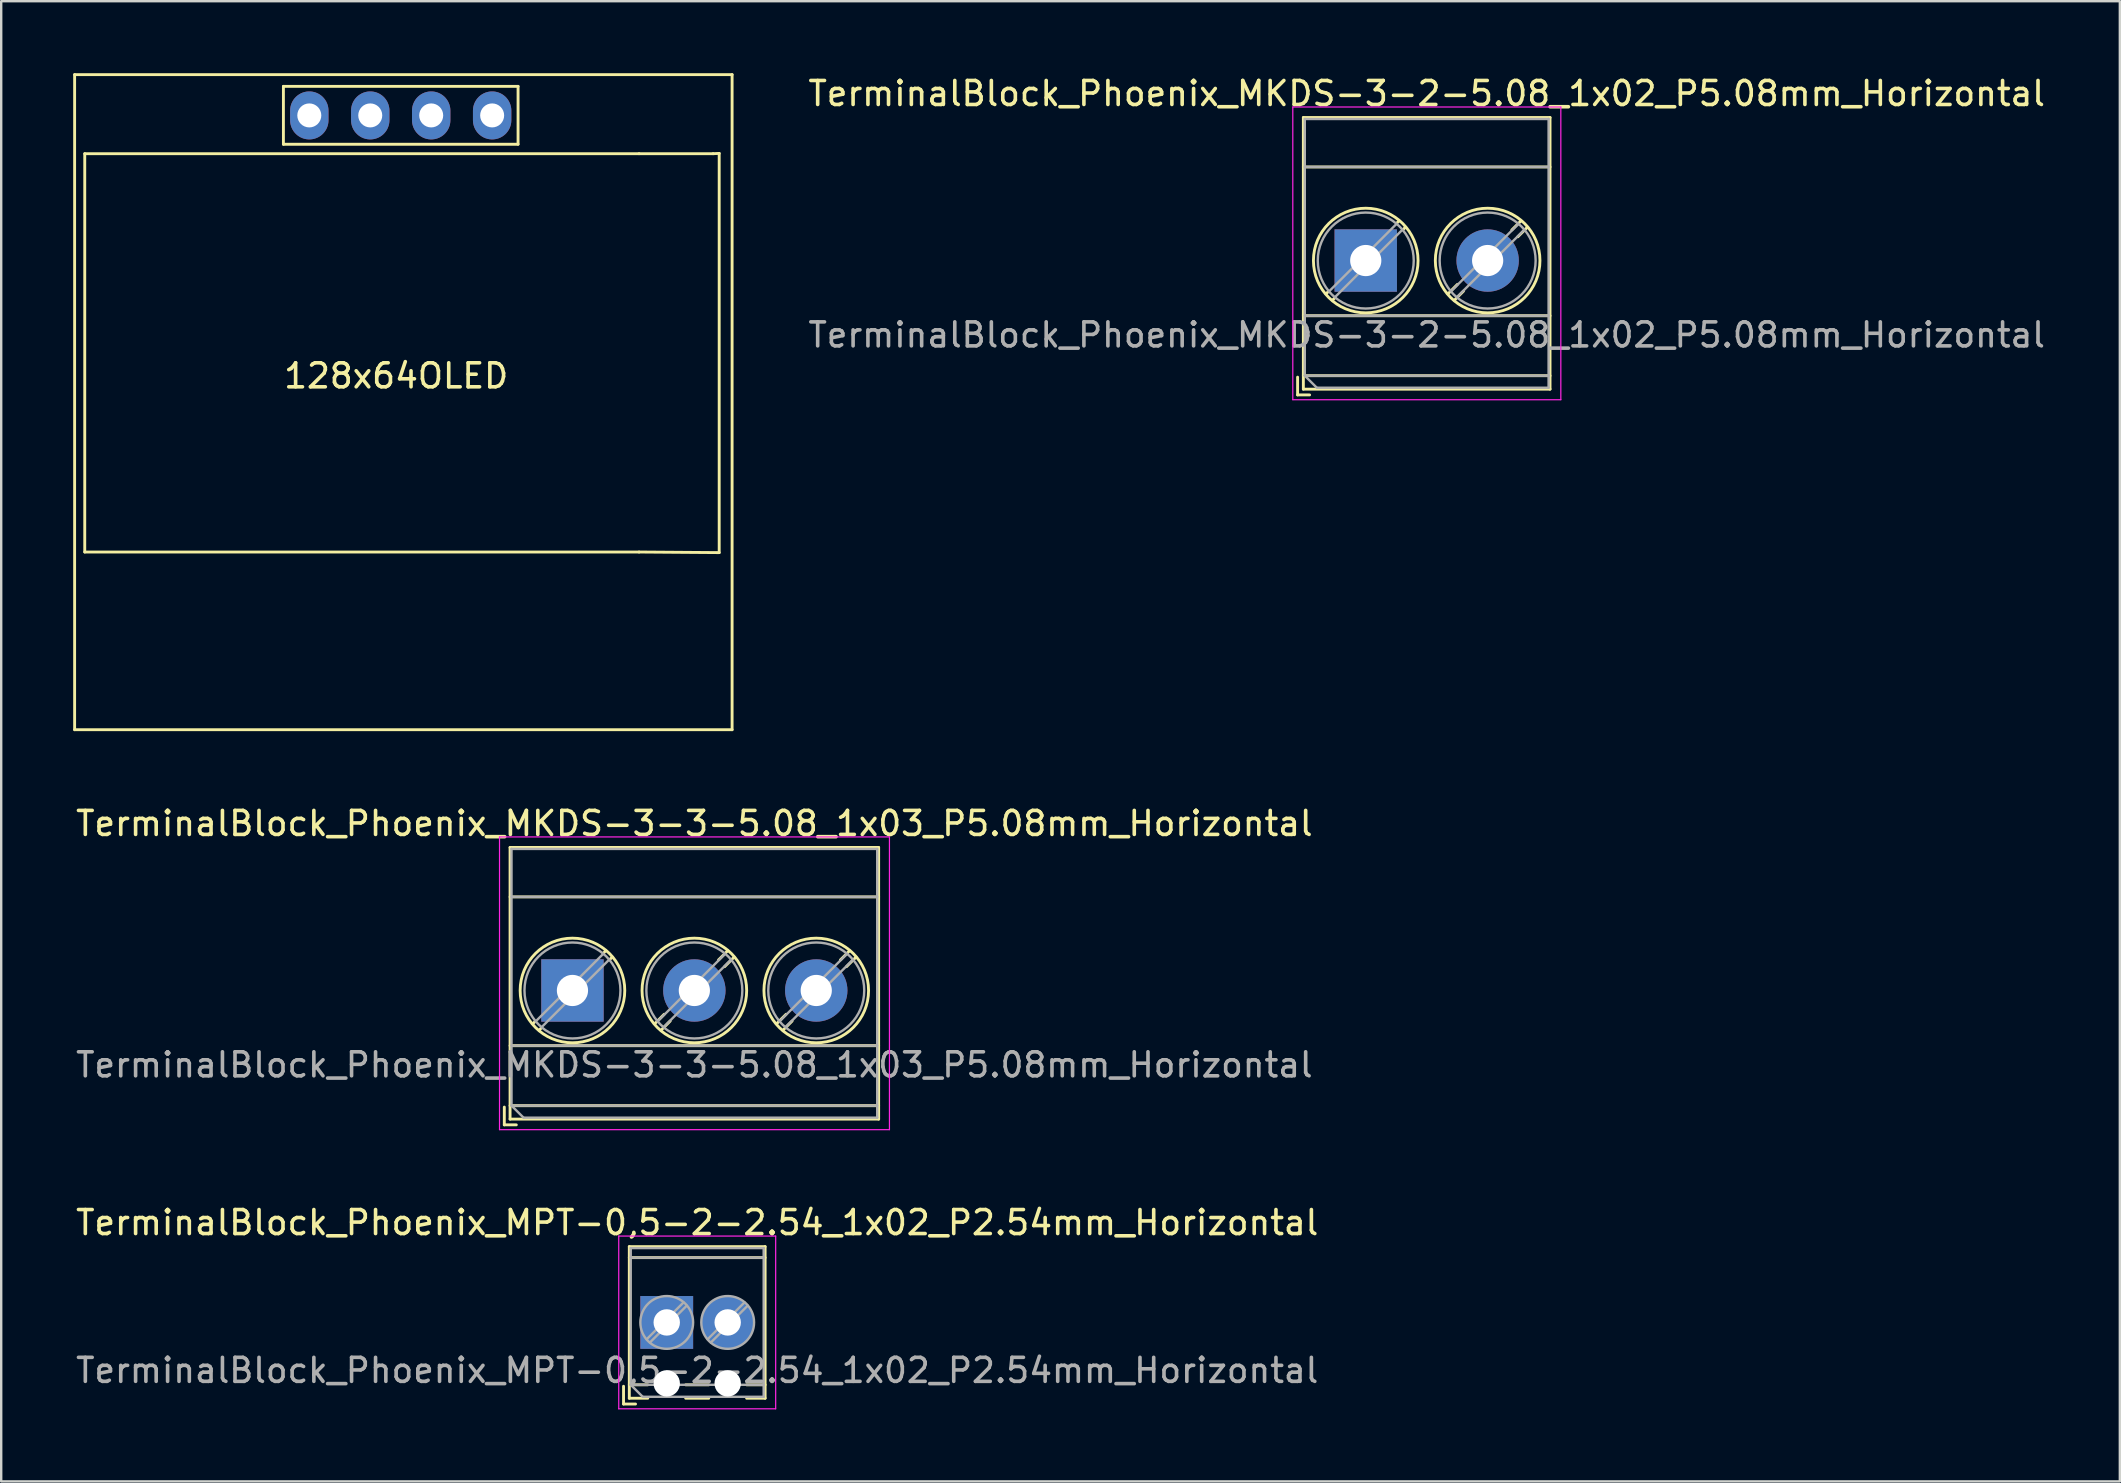
<source format=kicad_pcb>
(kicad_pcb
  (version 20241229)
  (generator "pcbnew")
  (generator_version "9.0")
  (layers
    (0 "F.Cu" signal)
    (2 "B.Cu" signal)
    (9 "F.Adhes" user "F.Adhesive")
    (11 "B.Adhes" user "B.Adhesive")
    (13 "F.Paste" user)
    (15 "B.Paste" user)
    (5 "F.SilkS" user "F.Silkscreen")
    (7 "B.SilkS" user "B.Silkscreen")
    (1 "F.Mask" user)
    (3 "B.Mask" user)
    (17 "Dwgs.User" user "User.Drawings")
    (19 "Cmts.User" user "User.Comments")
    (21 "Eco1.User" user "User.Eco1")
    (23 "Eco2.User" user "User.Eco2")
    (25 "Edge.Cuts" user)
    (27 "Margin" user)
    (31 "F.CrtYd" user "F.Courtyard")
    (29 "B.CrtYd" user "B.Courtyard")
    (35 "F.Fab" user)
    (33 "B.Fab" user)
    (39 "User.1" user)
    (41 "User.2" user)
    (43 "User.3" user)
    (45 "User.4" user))
  (footprint "TerminalBlock_Phoenix_MKDS-3-2-5.08_1x02_P5.08mm_Horizontal"
    (layer "F.Cu")
    (at 53.867 7.808)
    (property "Reference" "TerminalBlock_Phoenix_MKDS-3-2-5.08_1x02_P5.08mm_Horizontal" (at 2.54 -6.96 0) (layer "F.SilkS") (effects (font (size 1 1) (thickness 0.15))))
    (attr through_hole)
    (fp_line (start -2.84 4.86) (end -2.84 5.6) (stroke (width 0.12) (type solid)) (layer "F.SilkS"))
    (fp_line (start -2.84 5.6) (end -2.34 5.6) (stroke (width 0.12) (type solid)) (layer "F.SilkS"))
    (fp_line (start -2.6 -5.96) (end -2.6 5.36) (stroke (width 0.12) (type solid)) (layer "F.SilkS"))
    (fp_line (start -2.6 -5.96) (end 7.68 -5.96) (stroke (width 0.12) (type solid)) (layer "F.SilkS"))
    (fp_line (start -2.6 -3.9) (end 7.68 -3.9) (stroke (width 0.12) (type solid)) (layer "F.SilkS"))
    (fp_line (start -2.6 2.3) (end 7.68 2.3) (stroke (width 0.12) (type solid)) (layer "F.SilkS"))
    (fp_line (start -2.6 4.8) (end 7.68 4.8) (stroke (width 0.12) (type solid)) (layer "F.SilkS"))
    (fp_line (start -2.6 5.36) (end 7.68 5.36) (stroke (width 0.12) (type solid)) (layer "F.SilkS"))
    (fp_line (start -1.548 1.281) (end -1.654 1.388) (stroke (width 0.12) (type solid)) (layer "F.SilkS"))
    (fp_line (start -1.282 1.547) (end -1.388 1.654) (stroke (width 0.12) (type solid)) (layer "F.SilkS"))
    (fp_line (start 1.388 -1.654) (end 1.281 -1.547) (stroke (width 0.12) (type solid)) (layer "F.SilkS"))
    (fp_line (start 1.654 -1.388) (end 1.547 -1.281) (stroke (width 0.12) (type solid)) (layer "F.SilkS"))
    (fp_line (start 3.822 0.992) (end 3.427 1.388) (stroke (width 0.12) (type solid)) (layer "F.SilkS"))
    (fp_line (start 4.073 1.274) (end 3.693 1.654) (stroke (width 0.12) (type solid)) (layer "F.SilkS"))
    (fp_line (start 6.468 -1.654) (end 6.088 -1.274) (stroke (width 0.12) (type solid)) (layer "F.SilkS"))
    (fp_line (start 6.734 -1.388) (end 6.339 -0.992) (stroke (width 0.12) (type solid)) (layer "F.SilkS"))
    (fp_line (start 7.68 -5.96) (end 7.68 5.36) (stroke (width 0.12) (type solid)) (layer "F.SilkS"))
    (fp_circle (center 0 0) (end 2.18 0) (stroke (width 0.12) (type solid)) (fill no) (layer "F.SilkS"))
    (fp_circle (center 5.08 0) (end 7.26 0) (stroke (width 0.12) (type solid)) (fill no) (layer "F.SilkS"))
    (fp_line (start -3.04 -6.4) (end -3.04 5.8) (stroke (width 0.05) (type solid)) (layer "F.CrtYd"))
    (fp_line (start -3.04 5.8) (end 8.13 5.8) (stroke (width 0.05) (type solid)) (layer "F.CrtYd"))
    (fp_line (start 8.13 -6.4) (end -3.04 -6.4) (stroke (width 0.05) (type solid)) (layer "F.CrtYd"))
    (fp_line (start 8.13 5.8) (end 8.13 -6.4) (stroke (width 0.05) (type solid)) (layer "F.CrtYd"))
    (fp_line (start -2.54 -5.9) (end 7.62 -5.9) (stroke (width 0.1) (type solid)) (layer "F.Fab"))
    (fp_line (start -2.54 -3.9) (end 7.62 -3.9) (stroke (width 0.1) (type solid)) (layer "F.Fab"))
    (fp_line (start -2.54 2.3) (end 7.62 2.3) (stroke (width 0.1) (type solid)) (layer "F.Fab"))
    (fp_line (start -2.54 4.8) (end -2.54 -5.9) (stroke (width 0.1) (type solid)) (layer "F.Fab"))
    (fp_line (start -2.54 4.8) (end 7.62 4.8) (stroke (width 0.1) (type solid)) (layer "F.Fab"))
    (fp_line (start -2.04 5.3) (end -2.54 4.8) (stroke (width 0.1) (type solid)) (layer "F.Fab"))
    (fp_line (start 1.273 -1.517) (end -1.517 1.273) (stroke (width 0.1) (type solid)) (layer "F.Fab"))
    (fp_line (start 1.517 -1.273) (end -1.273 1.517) (stroke (width 0.1) (type solid)) (layer "F.Fab"))
    (fp_line (start 6.353 -1.517) (end 3.564 1.273) (stroke (width 0.1) (type solid)) (layer "F.Fab"))
    (fp_line (start 6.597 -1.273) (end 3.808 1.517) (stroke (width 0.1) (type solid)) (layer "F.Fab"))
    (fp_line (start 7.62 -5.9) (end 7.62 5.3) (stroke (width 0.1) (type solid)) (layer "F.Fab"))
    (fp_line (start 7.62 5.3) (end -2.04 5.3) (stroke (width 0.1) (type solid)) (layer "F.Fab"))
    (fp_circle (center 0 0) (end 2 0) (stroke (width 0.1) (type solid)) (fill no) (layer "F.Fab"))
    (fp_circle (center 5.08 0) (end 7.08 0) (stroke (width 0.1) (type solid)) (fill no) (layer "F.Fab"))
    (fp_text user "${REFERENCE}" (at 2.54 3.1 0) (layer "F.Fab") (effects (font (size 1 1) (thickness 0.15))))
    (pad "1" thru_hole rect (at 0 0) (size 2.6 2.6) (drill 1.3) (layers "*.Cu" "*.Mask"))
    (pad "2" thru_hole circle (at 5.08 0) (size 2.6 2.6) (drill 1.3) (layers "*.Cu" "*.Mask")))
  (footprint "TerminalBlock_Phoenix_MKDS-3-3-5.08_1x03_P5.08mm_Horizontal"
    (layer "F.Cu")
    (at 20.807 38.228)
    (property "Reference" "TerminalBlock_Phoenix_MKDS-3-3-5.08_1x03_P5.08mm_Horizontal" (at 5.08 -6.96 0) (layer "F.SilkS") (effects (font (size 1 1) (thickness 0.15))))
    (attr through_hole)
    (fp_line (start -2.84 4.86) (end -2.84 5.6) (stroke (width 0.12) (type solid)) (layer "F.SilkS"))
    (fp_line (start -2.84 5.6) (end -2.34 5.6) (stroke (width 0.12) (type solid)) (layer "F.SilkS"))
    (fp_line (start -2.6 -5.96) (end -2.6 5.36) (stroke (width 0.12) (type solid)) (layer "F.SilkS"))
    (fp_line (start -2.6 -5.96) (end 12.76 -5.96) (stroke (width 0.12) (type solid)) (layer "F.SilkS"))
    (fp_line (start -2.6 -3.9) (end 12.76 -3.9) (stroke (width 0.12) (type solid)) (layer "F.SilkS"))
    (fp_line (start -2.6 2.3) (end 12.76 2.3) (stroke (width 0.12) (type solid)) (layer "F.SilkS"))
    (fp_line (start -2.6 4.8) (end 12.76 4.8) (stroke (width 0.12) (type solid)) (layer "F.SilkS"))
    (fp_line (start -2.6 5.36) (end 12.76 5.36) (stroke (width 0.12) (type solid)) (layer "F.SilkS"))
    (fp_line (start -1.548 1.281) (end -1.654 1.388) (stroke (width 0.12) (type solid)) (layer "F.SilkS"))
    (fp_line (start -1.282 1.547) (end -1.388 1.654) (stroke (width 0.12) (type solid)) (layer "F.SilkS"))
    (fp_line (start 1.388 -1.654) (end 1.281 -1.547) (stroke (width 0.12) (type solid)) (layer "F.SilkS"))
    (fp_line (start 1.654 -1.388) (end 1.547 -1.281) (stroke (width 0.12) (type solid)) (layer "F.SilkS"))
    (fp_line (start 3.822 0.992) (end 3.427 1.388) (stroke (width 0.12) (type solid)) (layer "F.SilkS"))
    (fp_line (start 4.073 1.274) (end 3.693 1.654) (stroke (width 0.12) (type solid)) (layer "F.SilkS"))
    (fp_line (start 6.468 -1.654) (end 6.088 -1.274) (stroke (width 0.12) (type solid)) (layer "F.SilkS"))
    (fp_line (start 6.734 -1.388) (end 6.339 -0.992) (stroke (width 0.12) (type solid)) (layer "F.SilkS"))
    (fp_line (start 8.902 0.992) (end 8.507 1.388) (stroke (width 0.12) (type solid)) (layer "F.SilkS"))
    (fp_line (start 9.153 1.274) (end 8.773 1.654) (stroke (width 0.12) (type solid)) (layer "F.SilkS"))
    (fp_line (start 11.548 -1.654) (end 11.168 -1.274) (stroke (width 0.12) (type solid)) (layer "F.SilkS"))
    (fp_line (start 11.814 -1.388) (end 11.419 -0.992) (stroke (width 0.12) (type solid)) (layer "F.SilkS"))
    (fp_line (start 12.76 -5.96) (end 12.76 5.36) (stroke (width 0.12) (type solid)) (layer "F.SilkS"))
    (fp_circle (center 0 0) (end 2.18 0) (stroke (width 0.12) (type solid)) (fill no) (layer "F.SilkS"))
    (fp_circle (center 5.08 0) (end 7.26 0) (stroke (width 0.12) (type solid)) (fill no) (layer "F.SilkS"))
    (fp_circle (center 10.16 0) (end 12.34 0) (stroke (width 0.12) (type solid)) (fill no) (layer "F.SilkS"))
    (fp_line (start -3.04 -6.4) (end -3.04 5.8) (stroke (width 0.05) (type solid)) (layer "F.CrtYd"))
    (fp_line (start -3.04 5.8) (end 13.21 5.8) (stroke (width 0.05) (type solid)) (layer "F.CrtYd"))
    (fp_line (start 13.21 -6.4) (end -3.04 -6.4) (stroke (width 0.05) (type solid)) (layer "F.CrtYd"))
    (fp_line (start 13.21 5.8) (end 13.21 -6.4) (stroke (width 0.05) (type solid)) (layer "F.CrtYd"))
    (fp_line (start -2.54 -5.9) (end 12.7 -5.9) (stroke (width 0.1) (type solid)) (layer "F.Fab"))
    (fp_line (start -2.54 -3.9) (end 12.7 -3.9) (stroke (width 0.1) (type solid)) (layer "F.Fab"))
    (fp_line (start -2.54 2.3) (end 12.7 2.3) (stroke (width 0.1) (type solid)) (layer "F.Fab"))
    (fp_line (start -2.54 4.8) (end -2.54 -5.9) (stroke (width 0.1) (type solid)) (layer "F.Fab"))
    (fp_line (start -2.54 4.8) (end 12.7 4.8) (stroke (width 0.1) (type solid)) (layer "F.Fab"))
    (fp_line (start -2.04 5.3) (end -2.54 4.8) (stroke (width 0.1) (type solid)) (layer "F.Fab"))
    (fp_line (start 1.273 -1.517) (end -1.517 1.273) (stroke (width 0.1) (type solid)) (layer "F.Fab"))
    (fp_line (start 1.517 -1.273) (end -1.273 1.517) (stroke (width 0.1) (type solid)) (layer "F.Fab"))
    (fp_line (start 6.353 -1.517) (end 3.564 1.273) (stroke (width 0.1) (type solid)) (layer "F.Fab"))
    (fp_line (start 6.597 -1.273) (end 3.808 1.517) (stroke (width 0.1) (type solid)) (layer "F.Fab"))
    (fp_line (start 11.433 -1.517) (end 8.644 1.273) (stroke (width 0.1) (type solid)) (layer "F.Fab"))
    (fp_line (start 11.677 -1.273) (end 8.888 1.517) (stroke (width 0.1) (type solid)) (layer "F.Fab"))
    (fp_line (start 12.7 -5.9) (end 12.7 5.3) (stroke (width 0.1) (type solid)) (layer "F.Fab"))
    (fp_line (start 12.7 5.3) (end -2.04 5.3) (stroke (width 0.1) (type solid)) (layer "F.Fab"))
    (fp_circle (center 0 0) (end 2 0) (stroke (width 0.1) (type solid)) (fill no) (layer "F.Fab"))
    (fp_circle (center 5.08 0) (end 7.08 0) (stroke (width 0.1) (type solid)) (fill no) (layer "F.Fab"))
    (fp_circle (center 10.16 0) (end 12.16 0) (stroke (width 0.1) (type solid)) (fill no) (layer "F.Fab"))
    (fp_text user "${REFERENCE}" (at 5.08 3.1 0) (layer "F.Fab") (effects (font (size 1 1) (thickness 0.15))))
    (pad "1" thru_hole rect (at 0 0) (size 2.6 2.6) (drill 1.3) (layers "*.Cu" "*.Mask"))
    (pad "2" thru_hole circle (at 5.08 0) (size 2.6 2.6) (drill 1.3) (layers "*.Cu" "*.Mask"))
    (pad "3" thru_hole circle (at 10.16 0) (size 2.6 2.6) (drill 1.3) (layers "*.Cu" "*.Mask")))
  (footprint "128x64OLED"
    (layer "F.Cu")
    (at 13.46 12.36)
    (property "Reference" "128x64OLED" (at 0 0.254 0) (layer "F.SilkS") (effects (font (size 1 1) (thickness 0.15))))
    (attr through_hole)
    (fp_line (start -13.4 -12.3) (end 14 -12.3) (stroke (width 0.12) (type solid)) (layer "F.SilkS"))
    (fp_line (start -13.4 15) (end -13.4 -12.3) (stroke (width 0.12) (type solid)) (layer "F.SilkS"))
    (fp_line (start -12.978 -9.005) (end 10.122 -9.005) (stroke (width 0.12) (type solid)) (layer "F.SilkS"))
    (fp_line (start -12.978 7.595) (end -12.978 -9.005) (stroke (width 0.12) (type solid)) (layer "F.SilkS"))
    (fp_line (start -4.699 -11.811) (end -4.699 -9.398) (stroke (width 0.12) (type solid)) (layer "F.SilkS"))
    (fp_line (start -4.699 -11.811) (end 5.08 -11.811) (stroke (width 0.12) (type solid)) (layer "F.SilkS"))
    (fp_line (start 5.08 -11.811) (end 5.08 -9.398) (stroke (width 0.12) (type solid)) (layer "F.SilkS"))
    (fp_line (start 5.08 -9.398) (end -4.699 -9.398) (stroke (width 0.12) (type solid)) (layer "F.SilkS"))
    (fp_line (start 10.122 -9.005) (end 13.208 -9.005) (stroke (width 0.12) (type solid)) (layer "F.SilkS"))
    (fp_line (start 10.122 7.595) (end -12.978 7.595) (stroke (width 0.12) (type solid)) (layer "F.SilkS"))
    (fp_line (start 10.122 7.595) (end 13.462 7.62) (stroke (width 0.12) (type solid)) (layer "F.SilkS"))
    (fp_line (start 13.462 -9.017) (end 13.208 -9.005) (stroke (width 0.12) (type solid)) (layer "F.SilkS"))
    (fp_line (start 13.462 7.62) (end 13.462 -9.017) (stroke (width 0.12) (type solid)) (layer "F.SilkS"))
    (fp_line (start 14 -12.3) (end 14 15) (stroke (width 0.12) (type solid)) (layer "F.SilkS"))
    (fp_line (start 14 15) (end -13.4 15) (stroke (width 0.12) (type solid)) (layer "F.SilkS"))
    (pad "1" thru_hole oval (at -3.62 -10.6 90) (size 2 1.6) (drill 1) (layers "*.Cu" "*.Mask"))
    (pad "2" thru_hole oval (at -1.08 -10.6 90) (size 2 1.6) (drill 1) (layers "*.Cu" "*.Mask"))
    (pad "3" thru_hole oval (at 1.46 -10.6 90) (size 2 1.6) (drill 1) (layers "*.Cu" "*.Mask"))
    (pad "4" thru_hole oval (at 4 -10.6 90) (size 2 1.6) (drill 1) (layers "*.Cu" "*.Mask")))
  (footprint "TerminalBlock_Phoenix_MPT-0,5-2-2.54_1x02_P2.54mm_Horizontal"
    (layer "F.Cu")
    (at 24.736 52.062)
    (property "Reference" "TerminalBlock_Phoenix_MPT-0,5-2-2.54_1x02_P2.54mm_Horizontal" (at 1.27 -4.16 0) (layer "F.SilkS") (effects (font (size 1 1) (thickness 0.15))))
    (attr through_hole)
    (fp_line (start -1.8 2.66) (end -1.8 3.4) (stroke (width 0.12) (type solid)) (layer "F.SilkS"))
    (fp_line (start -1.8 3.4) (end -1.3 3.4) (stroke (width 0.12) (type solid)) (layer "F.SilkS"))
    (fp_line (start -1.56 -3.16) (end -1.56 3.16) (stroke (width 0.12) (type solid)) (layer "F.SilkS"))
    (fp_line (start -1.56 -3.16) (end 4.1 -3.16) (stroke (width 0.12) (type solid)) (layer "F.SilkS"))
    (fp_line (start -1.56 -2.7) (end 4.1 -2.7) (stroke (width 0.12) (type solid)) (layer "F.SilkS"))
    (fp_line (start -1.56 2.6) (end -0.79 2.6) (stroke (width 0.12) (type solid)) (layer "F.SilkS"))
    (fp_line (start -1.56 3.16) (end -0.79 3.16) (stroke (width 0.12) (type solid)) (layer "F.SilkS"))
    (fp_line (start 0.79 2.6) (end 1.75 2.6) (stroke (width 0.12) (type solid)) (layer "F.SilkS"))
    (fp_line (start 0.79 3.16) (end 1.75 3.16) (stroke (width 0.12) (type solid)) (layer "F.SilkS"))
    (fp_line (start 3.33 2.6) (end 4.1 2.6) (stroke (width 0.12) (type solid)) (layer "F.SilkS"))
    (fp_line (start 3.33 3.16) (end 4.1 3.16) (stroke (width 0.12) (type solid)) (layer "F.SilkS"))
    (fp_line (start 4.1 -3.16) (end 4.1 3.16) (stroke (width 0.12) (type solid)) (layer "F.SilkS"))
    (fp_line (start -2 -3.6) (end -2 3.6) (stroke (width 0.05) (type solid)) (layer "F.CrtYd"))
    (fp_line (start -2 3.6) (end 4.54 3.6) (stroke (width 0.05) (type solid)) (layer "F.CrtYd"))
    (fp_line (start 4.54 -3.6) (end -2 -3.6) (stroke (width 0.05) (type solid)) (layer "F.CrtYd"))
    (fp_line (start 4.54 3.6) (end 4.54 -3.6) (stroke (width 0.05) (type solid)) (layer "F.CrtYd"))
    (fp_line (start -1.5 -3.1) (end 4.04 -3.1) (stroke (width 0.1) (type solid)) (layer "F.Fab"))
    (fp_line (start -1.5 -2.7) (end 4.04 -2.7) (stroke (width 0.1) (type solid)) (layer "F.Fab"))
    (fp_line (start -1.5 2.6) (end -1.5 -3.1) (stroke (width 0.1) (type solid)) (layer "F.Fab"))
    (fp_line (start -1.5 2.6) (end 4.04 2.6) (stroke (width 0.1) (type solid)) (layer "F.Fab"))
    (fp_line (start -1 3.1) (end -1.5 2.6) (stroke (width 0.1) (type solid)) (layer "F.Fab"))
    (fp_line (start 0.701 -0.835) (end -0.835 0.7) (stroke (width 0.1) (type solid)) (layer "F.Fab"))
    (fp_line (start 0.835 -0.7) (end -0.701 0.835) (stroke (width 0.1) (type solid)) (layer "F.Fab"))
    (fp_line (start 3.241 -0.835) (end 1.706 0.7) (stroke (width 0.1) (type solid)) (layer "F.Fab"))
    (fp_line (start 3.375 -0.7) (end 1.84 0.835) (stroke (width 0.1) (type solid)) (layer "F.Fab"))
    (fp_line (start 4.04 -3.1) (end 4.04 3.1) (stroke (width 0.1) (type solid)) (layer "F.Fab"))
    (fp_line (start 4.04 3.1) (end -1 3.1) (stroke (width 0.1) (type solid)) (layer "F.Fab"))
    (fp_circle (center 0 0) (end 1.1 0) (stroke (width 0.1) (type solid)) (fill no) (layer "F.Fab"))
    (fp_circle (center 2.54 0) (end 3.64 0) (stroke (width 0.1) (type solid)) (fill no) (layer "F.Fab"))
    (fp_text user "${REFERENCE}" (at 1.27 2 0) (layer "F.Fab") (effects (font (size 1 1) (thickness 0.15))))
    (pad "" np_thru_hole circle (at 0 2.54) (size 1.1 1.1) (drill 1.1) (layers "*.Cu" "*.Mask"))
    (pad "" np_thru_hole circle (at 2.54 2.54) (size 1.1 1.1) (drill 1.1) (layers "*.Cu" "*.Mask"))
    (pad "1" thru_hole rect (at 0 0) (size 2.2 2.2) (drill 1.1) (layers "*.Cu" "*.Mask"))
    (pad "2" thru_hole circle (at 2.54 0) (size 2.2 2.2) (drill 1.1) (layers "*.Cu" "*.Mask")))
  (gr_rect
    (start -3 -3)
    (end 85.294 58.687)
    (stroke (width 0.1) (type default))
    (fill no)
    (layer "Edge.Cuts")))
</source>
